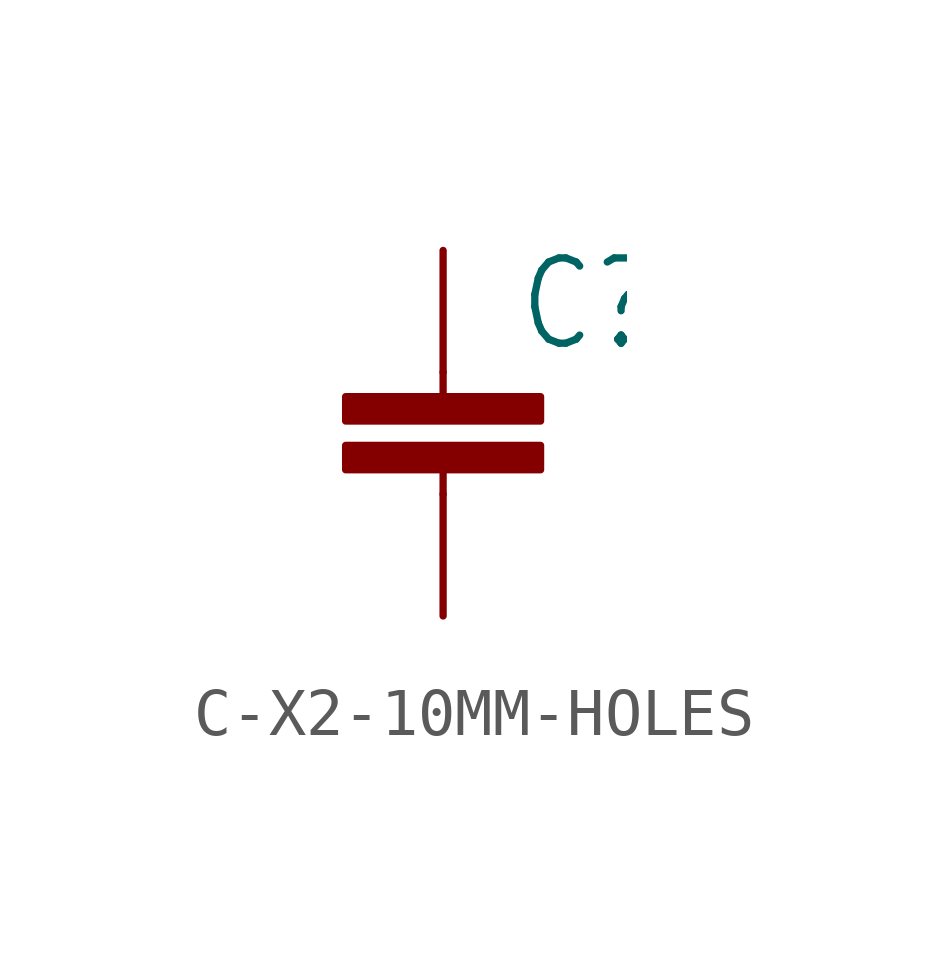
<source format=kicad_sym>
(kicad_symbol_lib
  (version 20241209)
  (generator "kicad_symbol_editor")
  (generator_version "9.0")
  (symbol "C-X2-10MM-HOLES"
    (property "Reference" "C"
      (at 1.524 0.381 0)
      (effects (font (size 1.778 1.511)) (justify left bottom)))
    (property "Value" ""
      (at 1.524 -4.699 0)
      (effects (font (size 1.778 1.511)) (justify left bottom)))
    (property "ki_locked" ""
      (at 0 0 0)
      (effects (font (size 1.27 1.27))))
    (symbol "C-X2-10MM-HOLES_1_0"
      (rectangle (start -2.032 -1.016) (end 2.032 -0.508) (stroke (width 0) (type default)) (fill (type outline)))
      (rectangle (start -2.032 -2.032) (end 2.032 -1.524) (stroke (width 0) (type default)) (fill (type outline)))
      (polyline (pts (xy 0 0) (xy 0 -0.508)) (stroke (width 0.152) (type solid)) (fill (type none)))
      (polyline (pts (xy 0 -2.54) (xy 0 -2.032)) (stroke (width 0.152) (type solid)) (fill (type none)))
      (pin passive line (at 0 2.54 270) (length 2.54) (name "1" (effects (font (size 0 0)))) (number "1" (effects (font (size 0 0)))))
      (pin passive line (at 0 -5.08 90) (length 2.54) (name "2" (effects (font (size 0 0)))) (number "2" (effects (font (size 0 0))))))))
</source>
